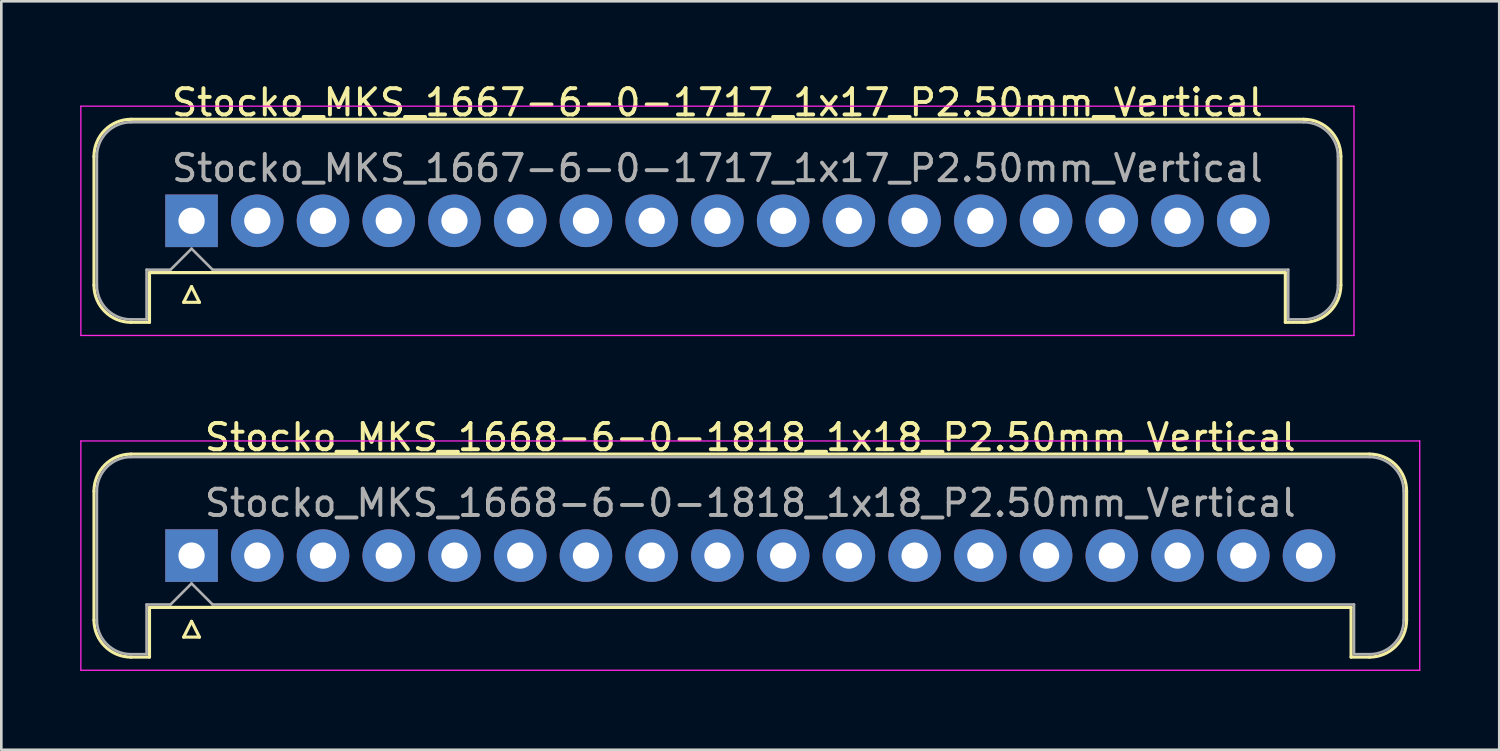
<source format=kicad_pcb>
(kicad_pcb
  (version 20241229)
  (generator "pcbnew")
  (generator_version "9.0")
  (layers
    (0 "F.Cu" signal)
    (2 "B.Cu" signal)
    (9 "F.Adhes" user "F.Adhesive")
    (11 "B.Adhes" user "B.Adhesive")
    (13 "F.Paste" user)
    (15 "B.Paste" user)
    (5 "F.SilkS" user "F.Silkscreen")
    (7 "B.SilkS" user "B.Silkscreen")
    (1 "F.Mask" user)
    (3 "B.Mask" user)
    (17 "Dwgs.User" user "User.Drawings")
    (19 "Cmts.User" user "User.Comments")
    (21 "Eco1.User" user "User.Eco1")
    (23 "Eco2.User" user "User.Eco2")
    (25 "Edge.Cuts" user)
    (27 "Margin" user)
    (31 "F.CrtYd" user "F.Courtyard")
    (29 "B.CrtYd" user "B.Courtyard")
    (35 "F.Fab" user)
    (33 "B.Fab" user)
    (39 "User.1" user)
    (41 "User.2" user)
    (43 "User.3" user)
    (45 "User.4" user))
  (footprint "Stocko_MKS_1667-6-0-1717_1x17_P2.50mm_Vertical"
    (layer "F.Cu")
    (at 4.235 5.348)
    (property "Reference" "Stocko_MKS_1667-6-0-1717_1x17_P2.50mm_Vertical" (at 20 -4.5 0) (layer "F.SilkS") (effects (font (size 1 1) (thickness 0.15))))
    (attr through_hole)
    (fp_line (start -3.71 -2.45) (end -3.71 2.45) (stroke (width 0.12) (type solid)) (layer "F.SilkS"))
    (fp_line (start -2.3 -3.86) (end 42.3 -3.86) (stroke (width 0.12) (type solid)) (layer "F.SilkS"))
    (fp_line (start -2.3 3.86) (end -1.6 3.86) (stroke (width 0.12) (type solid)) (layer "F.SilkS"))
    (fp_line (start -1.6 1.97) (end 41.6 1.97) (stroke (width 0.12) (type solid)) (layer "F.SilkS"))
    (fp_line (start -1.6 3.86) (end -1.6 1.97) (stroke (width 0.12) (type solid)) (layer "F.SilkS"))
    (fp_line (start -0.3 3.1) (end 0.3 3.1) (stroke (width 0.12) (type solid)) (layer "F.SilkS"))
    (fp_line (start 0 2.5) (end -0.3 3.1) (stroke (width 0.12) (type solid)) (layer "F.SilkS"))
    (fp_line (start 0.3 3.1) (end 0 2.5) (stroke (width 0.12) (type solid)) (layer "F.SilkS"))
    (fp_line (start 41.6 3.86) (end 41.6 1.97) (stroke (width 0.12) (type solid)) (layer "F.SilkS"))
    (fp_line (start 42.3 3.86) (end 41.6 3.86) (stroke (width 0.12) (type solid)) (layer "F.SilkS"))
    (fp_line (start 43.71 -2.45) (end 43.71 2.45) (stroke (width 0.12) (type solid)) (layer "F.SilkS"))
    (fp_arc (start -3.71 -2.45) (mid -3.297021 -3.447021) (end -2.3 -3.86) (stroke (width 0.12) (type solid)) (layer "F.SilkS"))
    (fp_arc (start -2.3 3.86) (mid -3.297021 3.447021) (end -3.71 2.45) (stroke (width 0.12) (type solid)) (layer "F.SilkS"))
    (fp_arc (start 42.3 -3.86) (mid 43.297021 -3.447021) (end 43.71 -2.45) (stroke (width 0.12) (type solid)) (layer "F.SilkS"))
    (fp_arc (start 43.71 2.45) (mid 43.297021 3.447021) (end 42.3 3.86) (stroke (width 0.12) (type solid)) (layer "F.SilkS"))
    (fp_line (start -4.21 -4.36) (end -4.21 4.36) (stroke (width 0.05) (type solid)) (layer "F.CrtYd"))
    (fp_line (start -4.21 4.36) (end 44.21 4.36) (stroke (width 0.05) (type solid)) (layer "F.CrtYd"))
    (fp_line (start 44.21 -4.36) (end -4.21 -4.36) (stroke (width 0.05) (type solid)) (layer "F.CrtYd"))
    (fp_line (start 44.21 4.36) (end 44.21 -4.36) (stroke (width 0.05) (type solid)) (layer "F.CrtYd"))
    (fp_line (start -3.6 -2.45) (end -3.6 2.45) (stroke (width 0.1) (type solid)) (layer "F.Fab"))
    (fp_line (start -2.3 -3.75) (end 42.3 -3.75) (stroke (width 0.1) (type solid)) (layer "F.Fab"))
    (fp_line (start -2.3 3.75) (end -1.71 3.75) (stroke (width 0.1) (type solid)) (layer "F.Fab"))
    (fp_line (start -1.71 1.86) (end -0.8 1.86) (stroke (width 0.1) (type solid)) (layer "F.Fab"))
    (fp_line (start -1.71 3.75) (end -1.71 1.86) (stroke (width 0.1) (type solid)) (layer "F.Fab"))
    (fp_line (start -0.8 1.86) (end 0 1.06) (stroke (width 0.1) (type solid)) (layer "F.Fab"))
    (fp_line (start 0 1.06) (end 0.8 1.86) (stroke (width 0.1) (type solid)) (layer "F.Fab"))
    (fp_line (start 0.8 1.86) (end 41.71 1.86) (stroke (width 0.1) (type solid)) (layer "F.Fab"))
    (fp_line (start 41.71 3.75) (end 41.71 1.86) (stroke (width 0.1) (type solid)) (layer "F.Fab"))
    (fp_line (start 42.3 3.75) (end 41.71 3.75) (stroke (width 0.1) (type solid)) (layer "F.Fab"))
    (fp_line (start 43.6 -2.45) (end 43.6 2.45) (stroke (width 0.1) (type solid)) (layer "F.Fab"))
    (fp_arc (start -3.6 -2.45) (mid -3.219239 -3.369239) (end -2.3 -3.75) (stroke (width 0.1) (type solid)) (layer "F.Fab"))
    (fp_arc (start -2.3 3.75) (mid -3.219239 3.369239) (end -3.6 2.45) (stroke (width 0.1) (type solid)) (layer "F.Fab"))
    (fp_arc (start 42.3 -3.75) (mid 43.219239 -3.369239) (end 43.6 -2.45) (stroke (width 0.1) (type solid)) (layer "F.Fab"))
    (fp_arc (start 43.6 2.45) (mid 43.219239 3.369239) (end 42.3 3.75) (stroke (width 0.1) (type solid)) (layer "F.Fab"))
    (fp_text user "${REFERENCE}" (at 20 -2 0) (layer "F.Fab") (effects (font (size 1 1) (thickness 0.15))))
    (pad "1" thru_hole rect (at 0 0) (size 2 2) (drill 1) (layers "*.Cu" "*.Mask"))
    (pad "2" thru_hole circle (at 2.5 0) (size 2 2) (drill 1) (layers "*.Cu" "*.Mask"))
    (pad "3" thru_hole circle (at 5 0) (size 2 2) (drill 1) (layers "*.Cu" "*.Mask"))
    (pad "4" thru_hole circle (at 7.5 0) (size 2 2) (drill 1) (layers "*.Cu" "*.Mask"))
    (pad "5" thru_hole circle (at 10 0) (size 2 2) (drill 1) (layers "*.Cu" "*.Mask"))
    (pad "6" thru_hole circle (at 12.5 0) (size 2 2) (drill 1) (layers "*.Cu" "*.Mask"))
    (pad "7" thru_hole circle (at 15 0) (size 2 2) (drill 1) (layers "*.Cu" "*.Mask"))
    (pad "8" thru_hole circle (at 17.5 0) (size 2 2) (drill 1) (layers "*.Cu" "*.Mask"))
    (pad "9" thru_hole circle (at 20 0) (size 2 2) (drill 1) (layers "*.Cu" "*.Mask"))
    (pad "10" thru_hole circle (at 22.5 0) (size 2 2) (drill 1) (layers "*.Cu" "*.Mask"))
    (pad "11" thru_hole circle (at 25 0) (size 2 2) (drill 1) (layers "*.Cu" "*.Mask"))
    (pad "12" thru_hole circle (at 27.5 0) (size 2 2) (drill 1) (layers "*.Cu" "*.Mask"))
    (pad "13" thru_hole circle (at 30 0) (size 2 2) (drill 1) (layers "*.Cu" "*.Mask"))
    (pad "14" thru_hole circle (at 32.5 0) (size 2 2) (drill 1) (layers "*.Cu" "*.Mask"))
    (pad "15" thru_hole circle (at 35 0) (size 2 2) (drill 1) (layers "*.Cu" "*.Mask"))
    (pad "16" thru_hole circle (at 37.5 0) (size 2 2) (drill 1) (layers "*.Cu" "*.Mask"))
    (pad "17" thru_hole circle (at 40 0) (size 2 2) (drill 1) (layers "*.Cu" "*.Mask")))
  (footprint "Stocko_MKS_1668-6-0-1818_1x18_P2.50mm_Vertical"
    (layer "F.Cu")
    (at 4.235 18.081)
    (property "Reference" "Stocko_MKS_1668-6-0-1818_1x18_P2.50mm_Vertical" (at 21.25 -4.5 0) (layer "F.SilkS") (effects (font (size 1 1) (thickness 0.15))))
    (attr through_hole)
    (fp_line (start -3.71 -2.45) (end -3.71 2.45) (stroke (width 0.12) (type solid)) (layer "F.SilkS"))
    (fp_line (start -2.3 -3.86) (end 44.8 -3.86) (stroke (width 0.12) (type solid)) (layer "F.SilkS"))
    (fp_line (start -2.3 3.86) (end -1.6 3.86) (stroke (width 0.12) (type solid)) (layer "F.SilkS"))
    (fp_line (start -1.6 1.97) (end 44.1 1.97) (stroke (width 0.12) (type solid)) (layer "F.SilkS"))
    (fp_line (start -1.6 3.86) (end -1.6 1.97) (stroke (width 0.12) (type solid)) (layer "F.SilkS"))
    (fp_line (start -0.3 3.1) (end 0.3 3.1) (stroke (width 0.12) (type solid)) (layer "F.SilkS"))
    (fp_line (start 0 2.5) (end -0.3 3.1) (stroke (width 0.12) (type solid)) (layer "F.SilkS"))
    (fp_line (start 0.3 3.1) (end 0 2.5) (stroke (width 0.12) (type solid)) (layer "F.SilkS"))
    (fp_line (start 44.1 3.86) (end 44.1 1.97) (stroke (width 0.12) (type solid)) (layer "F.SilkS"))
    (fp_line (start 44.8 3.86) (end 44.1 3.86) (stroke (width 0.12) (type solid)) (layer "F.SilkS"))
    (fp_line (start 46.21 -2.45) (end 46.21 2.45) (stroke (width 0.12) (type solid)) (layer "F.SilkS"))
    (fp_arc (start -3.71 -2.45) (mid -3.297021 -3.447021) (end -2.3 -3.86) (stroke (width 0.12) (type solid)) (layer "F.SilkS"))
    (fp_arc (start -2.3 3.86) (mid -3.297021 3.447021) (end -3.71 2.45) (stroke (width 0.12) (type solid)) (layer "F.SilkS"))
    (fp_arc (start 44.8 -3.86) (mid 45.797021 -3.447021) (end 46.21 -2.45) (stroke (width 0.12) (type solid)) (layer "F.SilkS"))
    (fp_arc (start 46.21 2.45) (mid 45.797021 3.447021) (end 44.8 3.86) (stroke (width 0.12) (type solid)) (layer "F.SilkS"))
    (fp_line (start -4.21 -4.36) (end -4.21 4.36) (stroke (width 0.05) (type solid)) (layer "F.CrtYd"))
    (fp_line (start -4.21 4.36) (end 46.71 4.36) (stroke (width 0.05) (type solid)) (layer "F.CrtYd"))
    (fp_line (start 46.71 -4.36) (end -4.21 -4.36) (stroke (width 0.05) (type solid)) (layer "F.CrtYd"))
    (fp_line (start 46.71 4.36) (end 46.71 -4.36) (stroke (width 0.05) (type solid)) (layer "F.CrtYd"))
    (fp_line (start -3.6 -2.45) (end -3.6 2.45) (stroke (width 0.1) (type solid)) (layer "F.Fab"))
    (fp_line (start -2.3 -3.75) (end 44.8 -3.75) (stroke (width 0.1) (type solid)) (layer "F.Fab"))
    (fp_line (start -2.3 3.75) (end -1.71 3.75) (stroke (width 0.1) (type solid)) (layer "F.Fab"))
    (fp_line (start -1.71 1.86) (end -0.8 1.86) (stroke (width 0.1) (type solid)) (layer "F.Fab"))
    (fp_line (start -1.71 3.75) (end -1.71 1.86) (stroke (width 0.1) (type solid)) (layer "F.Fab"))
    (fp_line (start -0.8 1.86) (end 0 1.06) (stroke (width 0.1) (type solid)) (layer "F.Fab"))
    (fp_line (start 0 1.06) (end 0.8 1.86) (stroke (width 0.1) (type solid)) (layer "F.Fab"))
    (fp_line (start 0.8 1.86) (end 44.21 1.86) (stroke (width 0.1) (type solid)) (layer "F.Fab"))
    (fp_line (start 44.21 3.75) (end 44.21 1.86) (stroke (width 0.1) (type solid)) (layer "F.Fab"))
    (fp_line (start 44.8 3.75) (end 44.21 3.75) (stroke (width 0.1) (type solid)) (layer "F.Fab"))
    (fp_line (start 46.1 -2.45) (end 46.1 2.45) (stroke (width 0.1) (type solid)) (layer "F.Fab"))
    (fp_arc (start -3.6 -2.45) (mid -3.219239 -3.369239) (end -2.3 -3.75) (stroke (width 0.1) (type solid)) (layer "F.Fab"))
    (fp_arc (start -2.3 3.75) (mid -3.219239 3.369239) (end -3.6 2.45) (stroke (width 0.1) (type solid)) (layer "F.Fab"))
    (fp_arc (start 44.8 -3.75) (mid 45.719239 -3.369239) (end 46.1 -2.45) (stroke (width 0.1) (type solid)) (layer "F.Fab"))
    (fp_arc (start 46.1 2.45) (mid 45.719239 3.369239) (end 44.8 3.75) (stroke (width 0.1) (type solid)) (layer "F.Fab"))
    (fp_text user "${REFERENCE}" (at 21.25 -2 0) (layer "F.Fab") (effects (font (size 1 1) (thickness 0.15))))
    (pad "1" thru_hole rect (at 0 0) (size 2 2) (drill 1) (layers "*.Cu" "*.Mask"))
    (pad "2" thru_hole circle (at 2.5 0) (size 2 2) (drill 1) (layers "*.Cu" "*.Mask"))
    (pad "3" thru_hole circle (at 5 0) (size 2 2) (drill 1) (layers "*.Cu" "*.Mask"))
    (pad "4" thru_hole circle (at 7.5 0) (size 2 2) (drill 1) (layers "*.Cu" "*.Mask"))
    (pad "5" thru_hole circle (at 10 0) (size 2 2) (drill 1) (layers "*.Cu" "*.Mask"))
    (pad "6" thru_hole circle (at 12.5 0) (size 2 2) (drill 1) (layers "*.Cu" "*.Mask"))
    (pad "7" thru_hole circle (at 15 0) (size 2 2) (drill 1) (layers "*.Cu" "*.Mask"))
    (pad "8" thru_hole circle (at 17.5 0) (size 2 2) (drill 1) (layers "*.Cu" "*.Mask"))
    (pad "9" thru_hole circle (at 20 0) (size 2 2) (drill 1) (layers "*.Cu" "*.Mask"))
    (pad "10" thru_hole circle (at 22.5 0) (size 2 2) (drill 1) (layers "*.Cu" "*.Mask"))
    (pad "11" thru_hole circle (at 25 0) (size 2 2) (drill 1) (layers "*.Cu" "*.Mask"))
    (pad "12" thru_hole circle (at 27.5 0) (size 2 2) (drill 1) (layers "*.Cu" "*.Mask"))
    (pad "13" thru_hole circle (at 30 0) (size 2 2) (drill 1) (layers "*.Cu" "*.Mask"))
    (pad "14" thru_hole circle (at 32.5 0) (size 2 2) (drill 1) (layers "*.Cu" "*.Mask"))
    (pad "15" thru_hole circle (at 35 0) (size 2 2) (drill 1) (layers "*.Cu" "*.Mask"))
    (pad "16" thru_hole circle (at 37.5 0) (size 2 2) (drill 1) (layers "*.Cu" "*.Mask"))
    (pad "17" thru_hole circle (at 40 0) (size 2 2) (drill 1) (layers "*.Cu" "*.Mask"))
    (pad "18" thru_hole circle (at 42.5 0) (size 2 2) (drill 1) (layers "*.Cu" "*.Mask")))
  (gr_rect
    (start -3 -3)
    (end 53.97 25.466)
    (stroke (width 0.1) (type default))
    (fill no)
    (layer "Edge.Cuts")))
</source>
